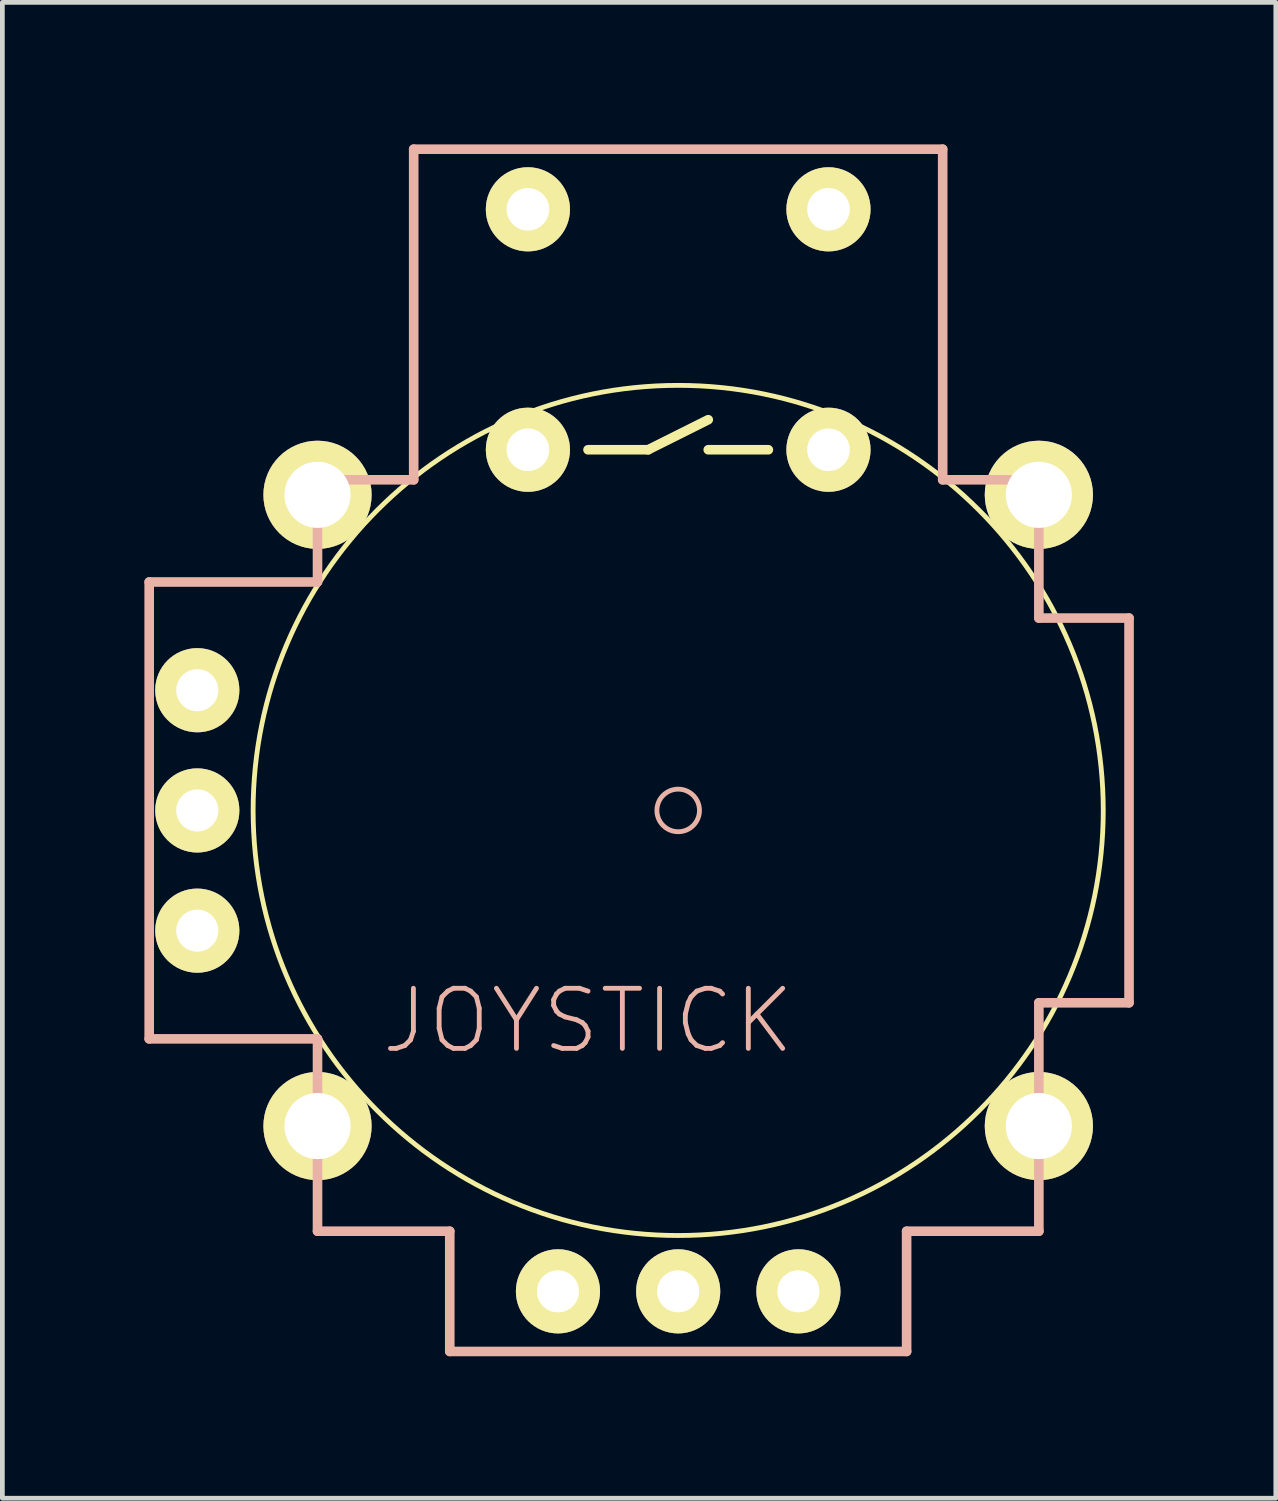
<source format=kicad_pcb>
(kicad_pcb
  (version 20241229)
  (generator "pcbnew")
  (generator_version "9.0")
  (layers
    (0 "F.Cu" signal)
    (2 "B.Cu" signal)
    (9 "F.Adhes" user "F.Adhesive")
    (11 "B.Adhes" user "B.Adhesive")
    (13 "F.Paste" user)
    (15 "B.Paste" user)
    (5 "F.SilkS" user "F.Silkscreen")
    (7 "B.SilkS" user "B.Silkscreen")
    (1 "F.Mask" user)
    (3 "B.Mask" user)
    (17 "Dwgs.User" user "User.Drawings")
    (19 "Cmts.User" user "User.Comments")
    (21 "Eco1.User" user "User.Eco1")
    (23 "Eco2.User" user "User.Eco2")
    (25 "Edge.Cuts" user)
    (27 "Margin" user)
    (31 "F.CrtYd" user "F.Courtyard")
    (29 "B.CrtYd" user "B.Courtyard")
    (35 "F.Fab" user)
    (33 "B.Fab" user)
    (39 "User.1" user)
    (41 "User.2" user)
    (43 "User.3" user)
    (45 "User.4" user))
  (footprint "JOYSTICK"
    (layer "F.Cu")
    (at 11.278 14.072)
    (property "Reference" "JOYSTICK" (at -1.905 4.445 0) (layer "B.SilkS") (effects (font (size 1.27 1.27) (thickness 0.102))))
    (attr exclude_from_pos_files exclude_from_bom)
    (fp_line (start -1.905 -7.62) (end -0.635 -7.62) (stroke (width 0.203) (type solid)) (layer "F.SilkS"))
    (fp_line (start -0.635 -7.62) (end 0.635 -8.255) (stroke (width 0.203) (type solid)) (layer "F.SilkS"))
    (fp_line (start 0.635 -7.62) (end 1.905 -7.62) (stroke (width 0.203) (type solid)) (layer "F.SilkS"))
    (fp_circle (center 0 0) (end -6.35 6.35) (stroke (width 0.102) (type solid)) (fill no) (layer "F.SilkS"))
    (fp_line (start -11.176 -4.826) (end -11.176 4.826) (stroke (width 0.203) (type solid)) (layer "B.SilkS"))
    (fp_line (start -7.62 -4.826) (end -11.176 -4.826) (stroke (width 0.203) (type solid)) (layer "B.SilkS"))
    (fp_line (start -7.62 -4.826) (end -7.62 -6.985) (stroke (width 0.203) (type solid)) (layer "B.SilkS"))
    (fp_line (start -7.62 4.826) (end -11.176 4.826) (stroke (width 0.203) (type solid)) (layer "B.SilkS"))
    (fp_line (start -7.62 4.826) (end -7.62 8.89) (stroke (width 0.203) (type solid)) (layer "B.SilkS"))
    (fp_line (start -5.588 -13.97) (end -5.588 -6.985) (stroke (width 0.203) (type solid)) (layer "B.SilkS"))
    (fp_line (start -5.588 -6.985) (end -7.62 -6.985) (stroke (width 0.203) (type solid)) (layer "B.SilkS"))
    (fp_line (start -4.826 8.89) (end -7.62 8.89) (stroke (width 0.203) (type solid)) (layer "B.SilkS"))
    (fp_line (start -4.826 11.43) (end -4.826 8.89) (stroke (width 0.203) (type solid)) (layer "B.SilkS"))
    (fp_line (start 4.826 8.89) (end 7.62 8.89) (stroke (width 0.203) (type solid)) (layer "B.SilkS"))
    (fp_line (start 4.826 11.43) (end -4.826 11.43) (stroke (width 0.203) (type solid)) (layer "B.SilkS"))
    (fp_line (start 4.826 11.43) (end 4.826 8.89) (stroke (width 0.203) (type solid)) (layer "B.SilkS"))
    (fp_line (start 5.588 -13.97) (end -5.588 -13.97) (stroke (width 0.203) (type solid)) (layer "B.SilkS"))
    (fp_line (start 5.588 -13.97) (end 5.588 -6.985) (stroke (width 0.203) (type solid)) (layer "B.SilkS"))
    (fp_line (start 7.62 -6.985) (end 5.588 -6.985) (stroke (width 0.203) (type solid)) (layer "B.SilkS"))
    (fp_line (start 7.62 -4.064) (end 7.62 -6.985) (stroke (width 0.203) (type solid)) (layer "B.SilkS"))
    (fp_line (start 7.62 -4.064) (end 9.525 -4.064) (stroke (width 0.203) (type solid)) (layer "B.SilkS"))
    (fp_line (start 7.62 4.064) (end 7.62 8.89) (stroke (width 0.203) (type solid)) (layer "B.SilkS"))
    (fp_line (start 7.62 4.064) (end 9.525 4.064) (stroke (width 0.203) (type solid)) (layer "B.SilkS"))
    (fp_line (start 9.525 -4.064) (end 9.525 4.064) (stroke (width 0.203) (type solid)) (layer "B.SilkS"))
    (fp_circle (center 0 0) (end -0.318 0.318) (stroke (width 0.102) (type solid)) (fill no) (layer "B.SilkS"))
    (pad "B1A" thru_hole circle (at -3.175 -12.7) (size 1.778 1.778) (drill 0.899) (layers "*.Cu" "F.Mask" "F.SilkS" "F.Paste"))
    (pad "B1B" thru_hole circle (at 3.175 -12.7) (size 1.778 1.778) (drill 0.899) (layers "*.Cu" "F.Mask" "F.SilkS" "F.Paste"))
    (pad "B2A" thru_hole circle (at -3.175 -7.62) (size 1.778 1.778) (drill 0.899) (layers "*.Cu" "F.Mask" "F.SilkS" "F.Paste"))
    (pad "B2B" thru_hole circle (at 3.175 -7.62) (size 1.778 1.778) (drill 0.899) (layers "*.Cu" "F.Mask" "F.SilkS" "F.Paste"))
    (pad "H1" thru_hole circle (at -2.54 10.16) (size 1.778 1.778) (drill 0.889) (layers "*.Cu" "F.Mask" "F.SilkS" "F.Paste"))
    (pad "H2" thru_hole circle (at 0 10.16) (size 1.778 1.778) (drill 0.889) (layers "*.Cu" "F.Mask" "F.SilkS" "F.Paste"))
    (pad "H3" thru_hole circle (at 2.54 10.16) (size 1.778 1.778) (drill 0.889) (layers "*.Cu" "F.Mask" "F.SilkS" "F.Paste"))
    (pad "MOUN" thru_hole circle (at -7.62 -6.668) (size 2.286 2.286) (drill 1.397) (layers "*.Cu" "F.Mask" "F.SilkS" "F.Paste"))
    (pad "MOUN" thru_hole circle (at -7.62 6.668) (size 2.286 2.286) (drill 1.397) (layers "*.Cu" "F.Mask" "F.SilkS" "F.Paste"))
    (pad "MOUN" thru_hole circle (at 7.62 -6.668) (size 2.286 2.286) (drill 1.397) (layers "*.Cu" "F.Mask" "F.SilkS" "F.Paste"))
    (pad "MOUN" thru_hole circle (at 7.62 6.668) (size 2.286 2.286) (drill 1.397) (layers "*.Cu" "F.Mask" "F.SilkS" "F.Paste"))
    (pad "V1" thru_hole circle (at -10.16 -2.54) (size 1.778 1.778) (drill 0.889) (layers "*.Cu" "F.Mask" "F.SilkS" "F.Paste"))
    (pad "V2" thru_hole circle (at -10.16 0) (size 1.778 1.778) (drill 0.889) (layers "*.Cu" "F.Mask" "F.SilkS" "F.Paste"))
    (pad "V3" thru_hole circle (at -10.16 2.54) (size 1.778 1.778) (drill 0.889) (layers "*.Cu" "F.Mask" "F.SilkS" "F.Paste")))
  (gr_rect
    (start -3 -3)
    (end 23.904 28.603)
    (stroke (width 0.1) (type default))
    (fill no)
    (layer "Edge.Cuts")))
</source>
